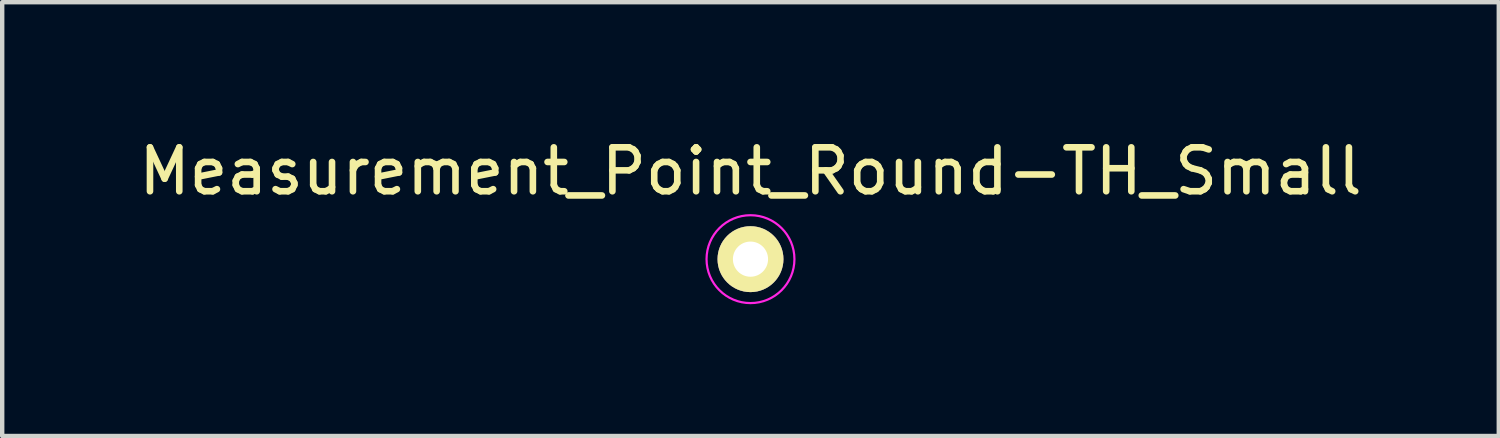
<source format=kicad_pcb>
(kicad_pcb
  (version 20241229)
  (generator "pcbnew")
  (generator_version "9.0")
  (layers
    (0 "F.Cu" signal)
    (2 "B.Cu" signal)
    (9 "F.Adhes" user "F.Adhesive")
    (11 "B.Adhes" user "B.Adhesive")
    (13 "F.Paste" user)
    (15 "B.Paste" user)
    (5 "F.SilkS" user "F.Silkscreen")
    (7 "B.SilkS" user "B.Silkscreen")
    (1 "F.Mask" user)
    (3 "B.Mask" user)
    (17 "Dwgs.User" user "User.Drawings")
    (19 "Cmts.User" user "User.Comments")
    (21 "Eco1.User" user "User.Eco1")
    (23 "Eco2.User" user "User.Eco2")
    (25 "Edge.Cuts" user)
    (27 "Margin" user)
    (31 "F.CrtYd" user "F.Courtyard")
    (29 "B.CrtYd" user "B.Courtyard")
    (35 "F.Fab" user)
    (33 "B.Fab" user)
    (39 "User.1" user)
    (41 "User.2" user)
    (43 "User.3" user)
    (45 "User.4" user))
  (footprint "Measurement_Point_Round-TH_Small"
    (layer "F.Cu")
    (at 14.03 2.848)
    (property "Reference" "Measurement_Point_Round-TH_Small" (at 0 -2 0) (layer "F.SilkS") (effects (font (size 1 1) (thickness 0.15))))
    (attr exclude_from_pos_files exclude_from_bom)
    (fp_circle (center 0 0) (end 1 0) (stroke (width 0.05) (type solid)) (fill no) (layer "F.CrtYd"))
    (pad "1" thru_hole circle (at 0 0) (size 1.5 1.5) (drill 0.8) (layers "*.Cu" "*.Mask" "F.SilkS")))
  (gr_rect
    (start -3 -3)
    (end 31.06 6.873)
    (stroke (width 0.1) (type default))
    (fill no)
    (layer "Edge.Cuts")))
</source>
